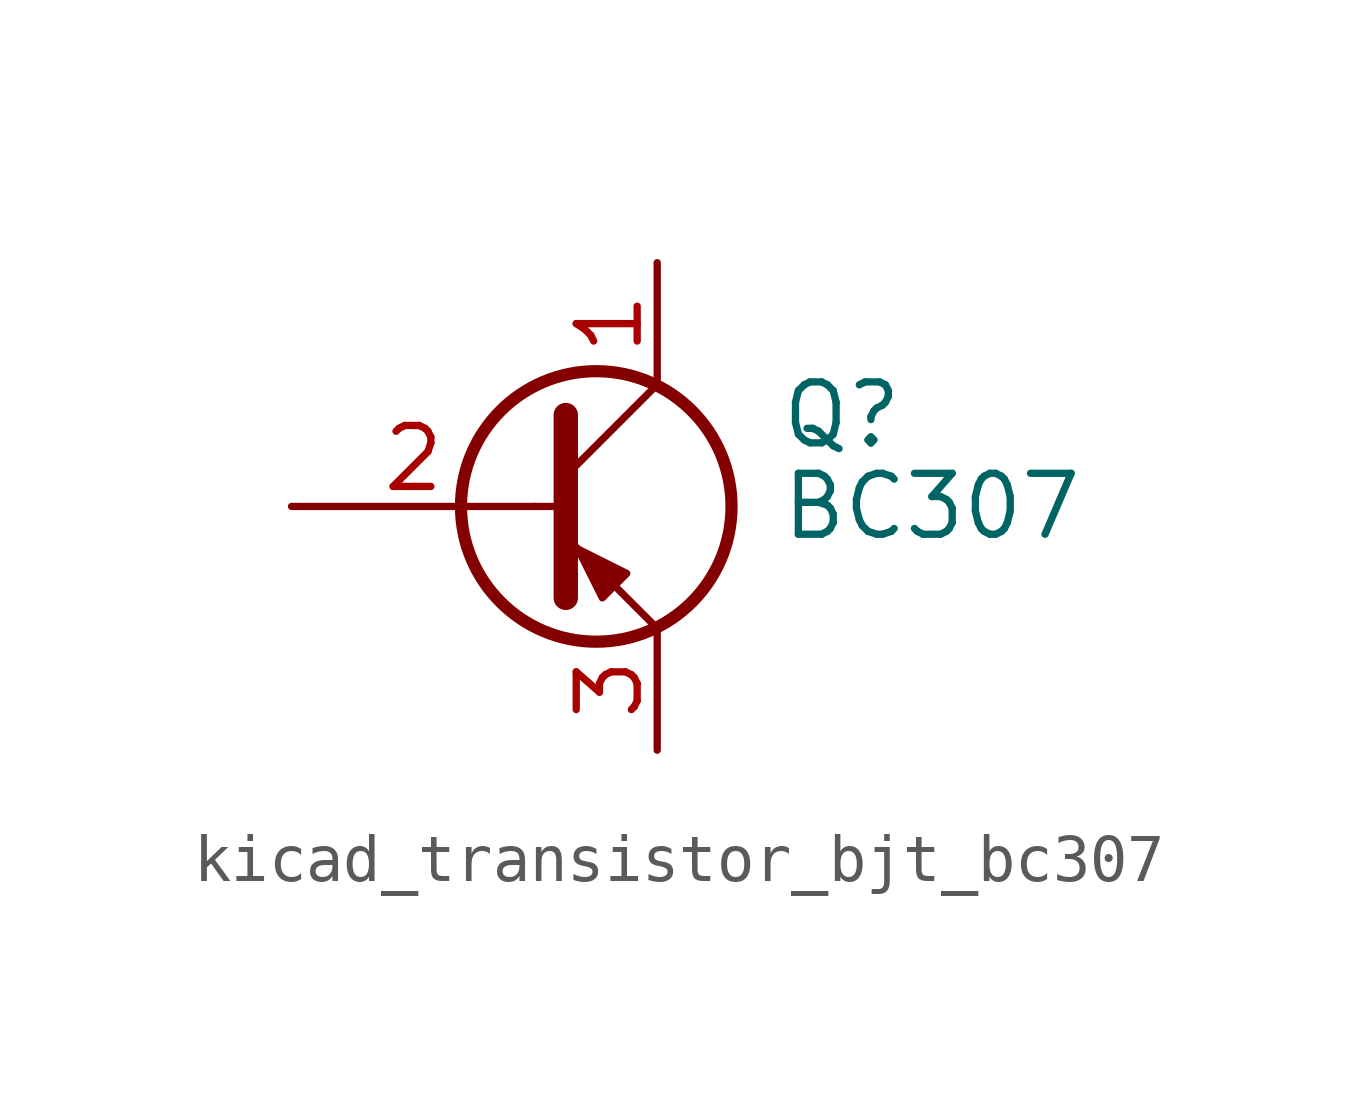
<source format=kicad_sym>
(kicad_symbol_lib
  (version 20220914)
  (generator kicad_symbol_editor)
  (symbol "kicad_transistor_bjt_bc307"
    (pin_names
      (offset 0) hide)
    (property "Reference" "Q"
      (at 5.08 1.905 0)
      (effects (font (size 1.27 1.27)) (justify left)))
    (property "Value" "BC307"
      (at 5.08 0 0)
      (effects (font (size 1.27 1.27)) (justify left)))
    (symbol "kicad_transistor_bjt_bc307_0_1"
      (polyline (pts (xy 0 0) (xy 0.635 0)) (stroke (width 0) (type default)) (fill (type none)))
      (polyline (pts (xy 2.54 -2.54) (xy 0.635 -0.635)) (stroke (width 0) (type default)) (fill (type none)))
      (polyline (pts (xy 2.54 2.54) (xy 0.635 0.635)) (stroke (width 0) (type default)) (fill (type none)))
      (polyline (pts (xy 0.635 1.905) (xy 0.635 -1.905) (xy 0.635 -1.905)) (stroke (width 0.508) (type default)) (fill (type outline)))
      (polyline (pts (xy 1.397 -1.905) (xy 1.905 -1.397) (xy 0.889 -0.889) (xy 1.397 -1.905) (xy 1.397 -1.905)) (stroke (width 0) (type default)) (fill (type outline)))
      (circle (center 1.27 0) (radius 2.819) (stroke (width 0.254) (type default)) (fill (type none))))
    (symbol "kicad_transistor_bjt_bc307_1_1"
      (pin passive line (at 2.54 5.08 270) (length 2.54) (name "C" (effects (font (size 1.27 1.27)))) (number "1" (effects (font (size 1.27 1.27)))))
      (pin input line (at -5.08 0 0) (length 5.08) (name "B" (effects (font (size 1.27 1.27)))) (number "2" (effects (font (size 1.27 1.27)))))
      (pin passive line (at 2.54 -5.08 90) (length 2.54) (name "E" (effects (font (size 1.27 1.27)))) (number "3" (effects (font (size 1.27 1.27))))))))
</source>
